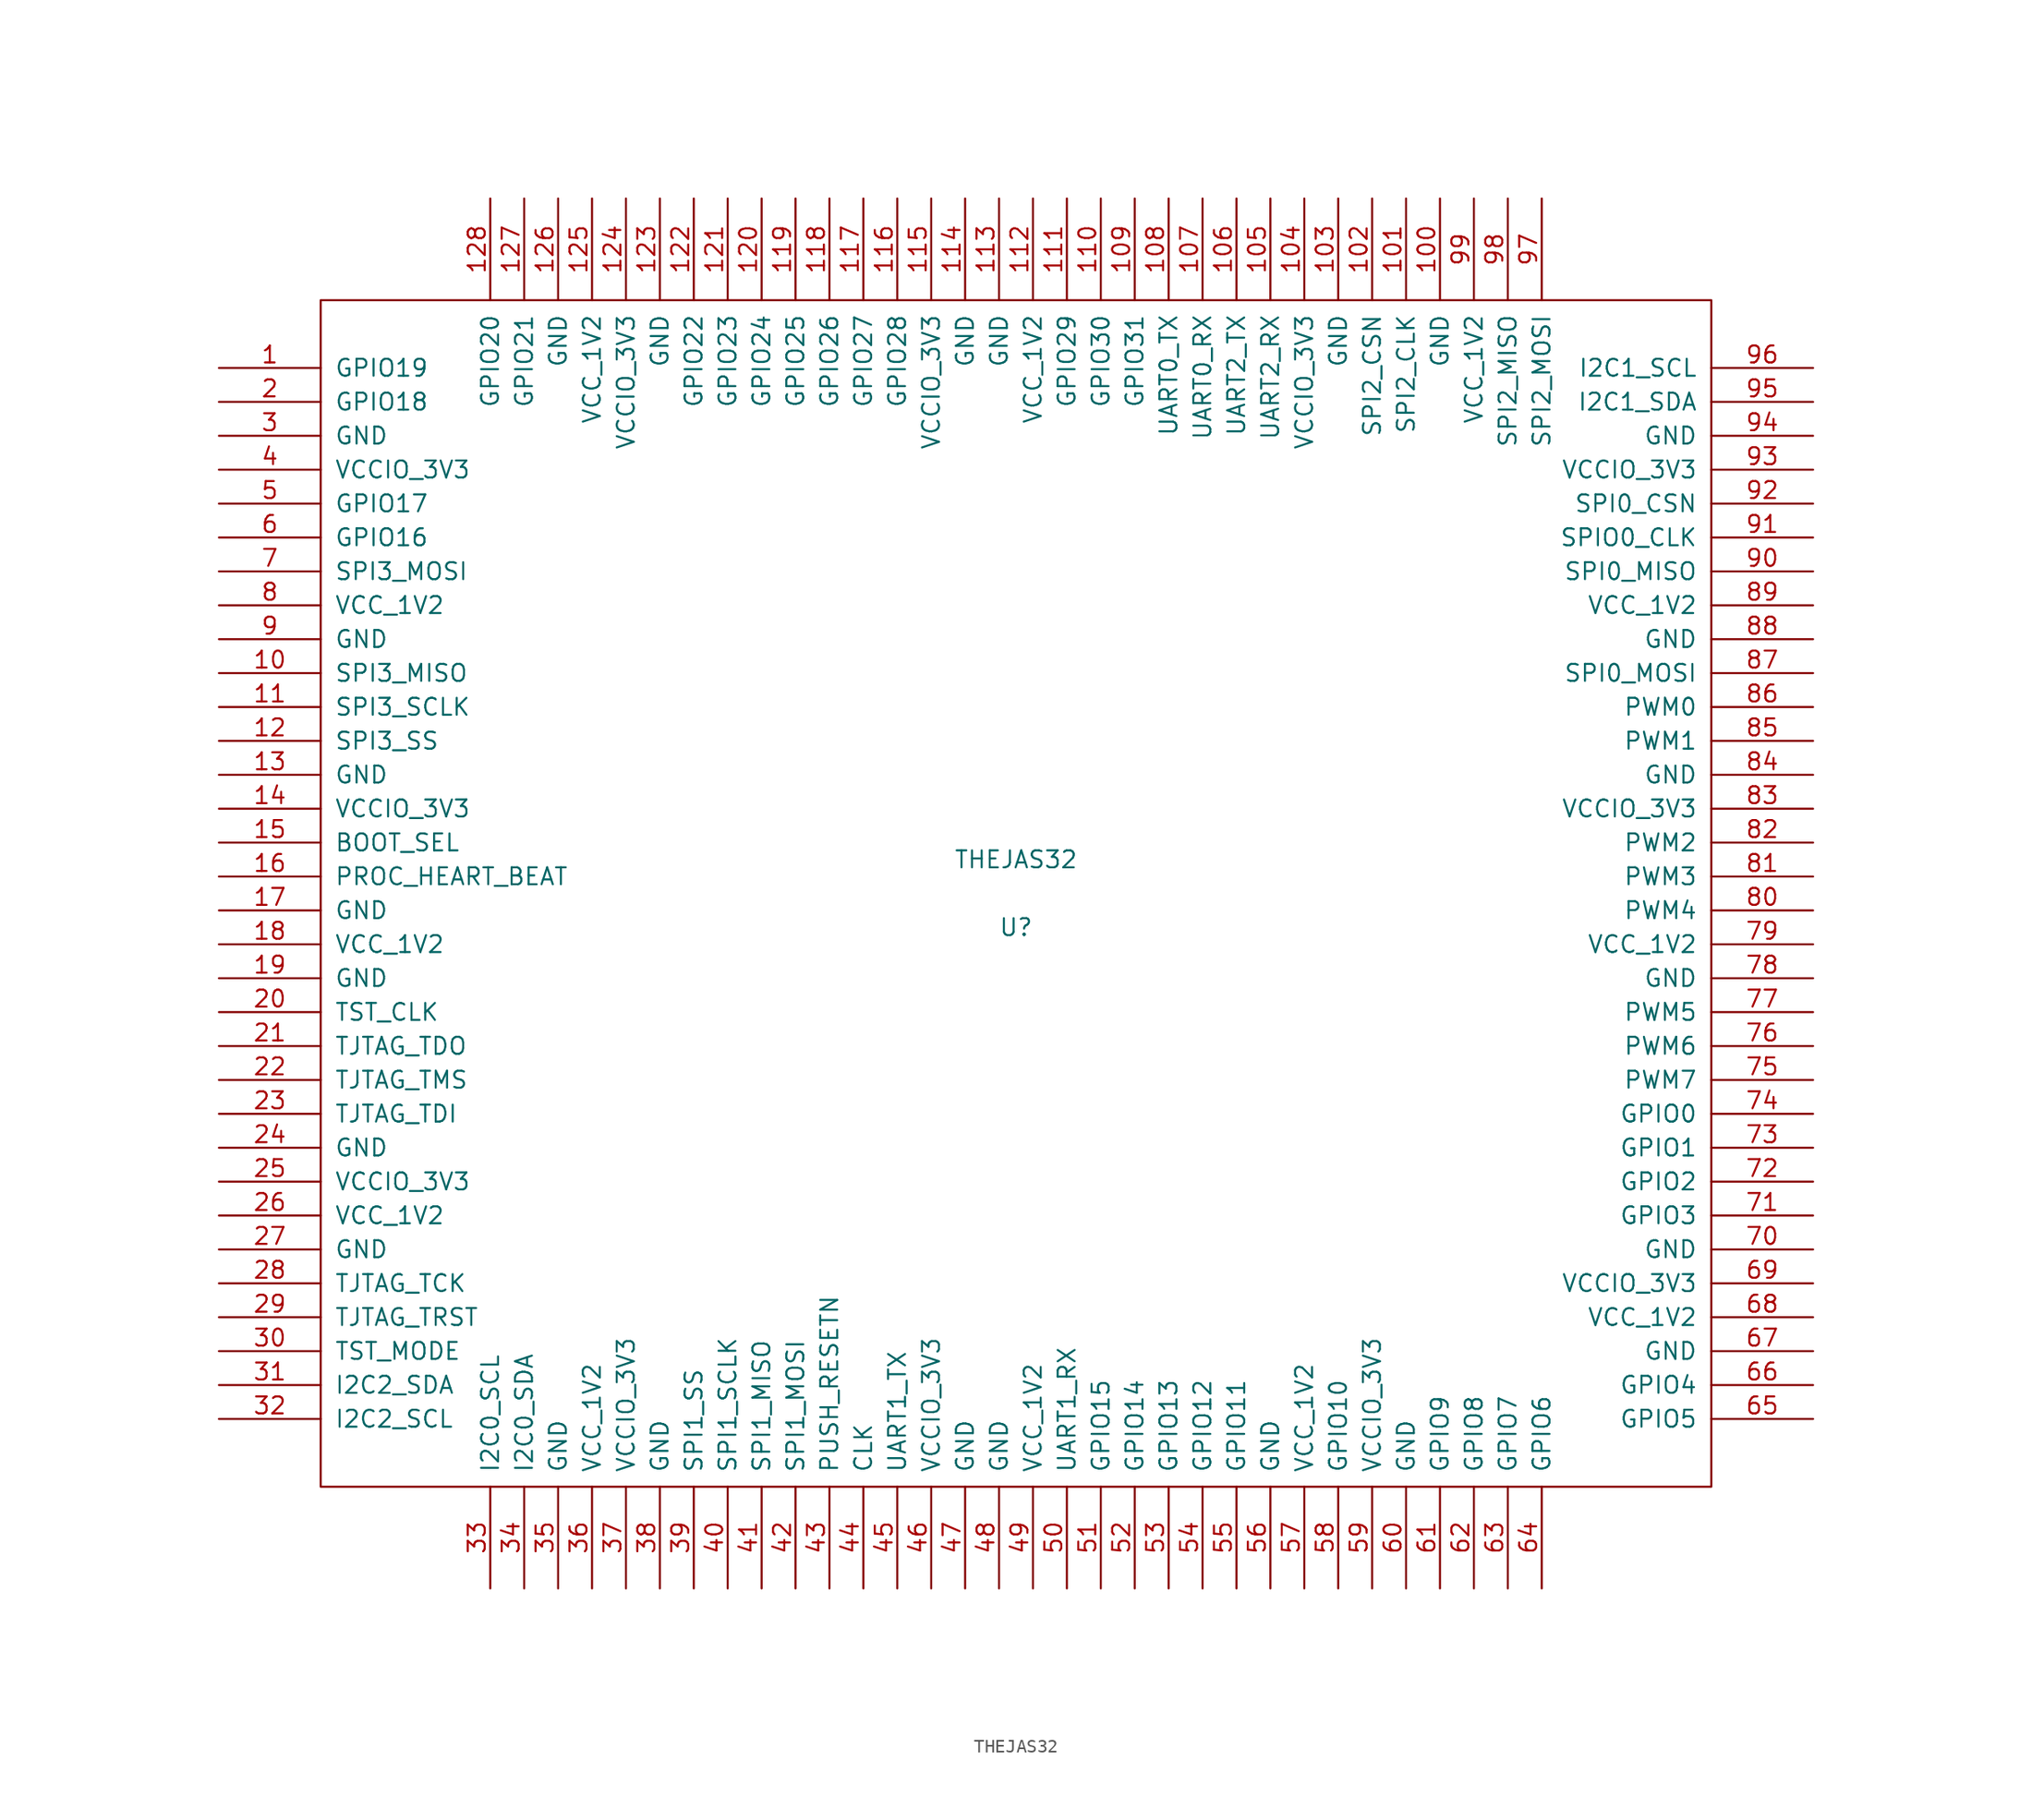
<source format=kicad_sym>
(kicad_symbol_lib
  (version 20231120)
  (generator "kicad_symbol_editor")
  (generator_version "8.0")
  (symbol "THEJAS32"
    (pin_names
      (offset 1.016))
    (property "Reference" "U"
      (at 0 -2.54 0)
      (effects (font (size 1.27 1.27))))
    (property "Value" "THEJAS32"
      (at 0 2.54 0)
      (effects (font (size 1.27 1.27))))
    (symbol "THEJAS32_1_0"
      (rectangle (start -52.07 -44.45) (end 52.07 44.45) (stroke (width 0) (type solid)) (fill (type none))))
    (symbol "THEJAS32_1_1"
      (pin input line (at -59.69 39.37 0) (length 7.62) (name "GPIO19" (effects (font (size 1.27 1.27)))) (number "1" (effects (font (size 1.27 1.27)))))
      (pin input line (at -59.69 16.51 0) (length 7.62) (name "SPI3_MISO" (effects (font (size 1.27 1.27)))) (number "10" (effects (font (size 1.27 1.27)))))
      (pin input line (at 31.75 52.07 270) (length 7.62) (name "GND" (effects (font (size 1.27 1.27)))) (number "100" (effects (font (size 1.27 1.27)))))
      (pin input line (at 29.21 52.07 270) (length 7.62) (name "SPI2_CLK" (effects (font (size 1.27 1.27)))) (number "101" (effects (font (size 1.27 1.27)))))
      (pin input line (at 26.67 52.07 270) (length 7.62) (name "SPI2_CSN" (effects (font (size 1.27 1.27)))) (number "102" (effects (font (size 1.27 1.27)))))
      (pin input line (at 24.13 52.07 270) (length 7.62) (name "GND" (effects (font (size 1.27 1.27)))) (number "103" (effects (font (size 1.27 1.27)))))
      (pin input line (at 21.59 52.07 270) (length 7.62) (name "VCCIO_3V3" (effects (font (size 1.27 1.27)))) (number "104" (effects (font (size 1.27 1.27)))))
      (pin input line (at 19.05 52.07 270) (length 7.62) (name "UART2_RX" (effects (font (size 1.27 1.27)))) (number "105" (effects (font (size 1.27 1.27)))))
      (pin input line (at 16.51 52.07 270) (length 7.62) (name "UART2_TX" (effects (font (size 1.27 1.27)))) (number "106" (effects (font (size 1.27 1.27)))))
      (pin input line (at 13.97 52.07 270) (length 7.62) (name "UART0_RX" (effects (font (size 1.27 1.27)))) (number "107" (effects (font (size 1.27 1.27)))))
      (pin input line (at 11.43 52.07 270) (length 7.62) (name "UART0_TX" (effects (font (size 1.27 1.27)))) (number "108" (effects (font (size 1.27 1.27)))))
      (pin input line (at 8.89 52.07 270) (length 7.62) (name "GPIO31" (effects (font (size 1.27 1.27)))) (number "109" (effects (font (size 1.27 1.27)))))
      (pin input line (at -59.69 13.97 0) (length 7.62) (name "SPI3_SCLK" (effects (font (size 1.27 1.27)))) (number "11" (effects (font (size 1.27 1.27)))))
      (pin input line (at 6.35 52.07 270) (length 7.62) (name "GPIO30" (effects (font (size 1.27 1.27)))) (number "110" (effects (font (size 1.27 1.27)))))
      (pin input line (at 3.81 52.07 270) (length 7.62) (name "GPIO29" (effects (font (size 1.27 1.27)))) (number "111" (effects (font (size 1.27 1.27)))))
      (pin input line (at 1.27 52.07 270) (length 7.62) (name "VCC_1V2" (effects (font (size 1.27 1.27)))) (number "112" (effects (font (size 1.27 1.27)))))
      (pin input line (at -1.27 52.07 270) (length 7.62) (name "GND" (effects (font (size 1.27 1.27)))) (number "113" (effects (font (size 1.27 1.27)))))
      (pin input line (at -3.81 52.07 270) (length 7.62) (name "GND" (effects (font (size 1.27 1.27)))) (number "114" (effects (font (size 1.27 1.27)))))
      (pin input line (at -6.35 52.07 270) (length 7.62) (name "VCCIO_3V3" (effects (font (size 1.27 1.27)))) (number "115" (effects (font (size 1.27 1.27)))))
      (pin input line (at -8.89 52.07 270) (length 7.62) (name "GPIO28" (effects (font (size 1.27 1.27)))) (number "116" (effects (font (size 1.27 1.27)))))
      (pin input line (at -11.43 52.07 270) (length 7.62) (name "GPIO27" (effects (font (size 1.27 1.27)))) (number "117" (effects (font (size 1.27 1.27)))))
      (pin input line (at -13.97 52.07 270) (length 7.62) (name "GPIO26" (effects (font (size 1.27 1.27)))) (number "118" (effects (font (size 1.27 1.27)))))
      (pin input line (at -16.51 52.07 270) (length 7.62) (name "GPIO25" (effects (font (size 1.27 1.27)))) (number "119" (effects (font (size 1.27 1.27)))))
      (pin input line (at -59.69 11.43 0) (length 7.62) (name "SPI3_SS" (effects (font (size 1.27 1.27)))) (number "12" (effects (font (size 1.27 1.27)))))
      (pin input line (at -19.05 52.07 270) (length 7.62) (name "GPIO24" (effects (font (size 1.27 1.27)))) (number "120" (effects (font (size 1.27 1.27)))))
      (pin input line (at -21.59 52.07 270) (length 7.62) (name "GPIO23" (effects (font (size 1.27 1.27)))) (number "121" (effects (font (size 1.27 1.27)))))
      (pin input line (at -24.13 52.07 270) (length 7.62) (name "GPIO22" (effects (font (size 1.27 1.27)))) (number "122" (effects (font (size 1.27 1.27)))))
      (pin input line (at -26.67 52.07 270) (length 7.62) (name "GND" (effects (font (size 1.27 1.27)))) (number "123" (effects (font (size 1.27 1.27)))))
      (pin input line (at -29.21 52.07 270) (length 7.62) (name "VCCIO_3V3" (effects (font (size 1.27 1.27)))) (number "124" (effects (font (size 1.27 1.27)))))
      (pin input line (at -31.75 52.07 270) (length 7.62) (name "VCC_1V2" (effects (font (size 1.27 1.27)))) (number "125" (effects (font (size 1.27 1.27)))))
      (pin input line (at -34.29 52.07 270) (length 7.62) (name "GND" (effects (font (size 1.27 1.27)))) (number "126" (effects (font (size 1.27 1.27)))))
      (pin input line (at -36.83 52.07 270) (length 7.62) (name "GPIO21" (effects (font (size 1.27 1.27)))) (number "127" (effects (font (size 1.27 1.27)))))
      (pin input line (at -39.37 52.07 270) (length 7.62) (name "GPIO20" (effects (font (size 1.27 1.27)))) (number "128" (effects (font (size 1.27 1.27)))))
      (pin input line (at -59.69 8.89 0) (length 7.62) (name "GND" (effects (font (size 1.27 1.27)))) (number "13" (effects (font (size 1.27 1.27)))))
      (pin input line (at -59.69 6.35 0) (length 7.62) (name "VCCIO_3V3" (effects (font (size 1.27 1.27)))) (number "14" (effects (font (size 1.27 1.27)))))
      (pin input line (at -59.69 3.81 0) (length 7.62) (name "BOOT_SEL" (effects (font (size 1.27 1.27)))) (number "15" (effects (font (size 1.27 1.27)))))
      (pin input line (at -59.69 1.27 0) (length 7.62) (name "PROC_HEART_BEAT" (effects (font (size 1.27 1.27)))) (number "16" (effects (font (size 1.27 1.27)))))
      (pin input line (at -59.69 -1.27 0) (length 7.62) (name "GND" (effects (font (size 1.27 1.27)))) (number "17" (effects (font (size 1.27 1.27)))))
      (pin input line (at -59.69 -3.81 0) (length 7.62) (name "VCC_1V2" (effects (font (size 1.27 1.27)))) (number "18" (effects (font (size 1.27 1.27)))))
      (pin input line (at -59.69 -6.35 0) (length 7.62) (name "GND" (effects (font (size 1.27 1.27)))) (number "19" (effects (font (size 1.27 1.27)))))
      (pin input line (at -59.69 36.83 0) (length 7.62) (name "GPIO18" (effects (font (size 1.27 1.27)))) (number "2" (effects (font (size 1.27 1.27)))))
      (pin input line (at -59.69 -8.89 0) (length 7.62) (name "TST_CLK" (effects (font (size 1.27 1.27)))) (number "20" (effects (font (size 1.27 1.27)))))
      (pin input line (at -59.69 -11.43 0) (length 7.62) (name "TJTAG_TDO" (effects (font (size 1.27 1.27)))) (number "21" (effects (font (size 1.27 1.27)))))
      (pin input line (at -59.69 -13.97 0) (length 7.62) (name "TJTAG_TMS" (effects (font (size 1.27 1.27)))) (number "22" (effects (font (size 1.27 1.27)))))
      (pin input line (at -59.69 -16.51 0) (length 7.62) (name "TJTAG_TDI" (effects (font (size 1.27 1.27)))) (number "23" (effects (font (size 1.27 1.27)))))
      (pin input line (at -59.69 -19.05 0) (length 7.62) (name "GND" (effects (font (size 1.27 1.27)))) (number "24" (effects (font (size 1.27 1.27)))))
      (pin input line (at -59.69 -21.59 0) (length 7.62) (name "VCCIO_3V3" (effects (font (size 1.27 1.27)))) (number "25" (effects (font (size 1.27 1.27)))))
      (pin input line (at -59.69 -24.13 0) (length 7.62) (name "VCC_1V2" (effects (font (size 1.27 1.27)))) (number "26" (effects (font (size 1.27 1.27)))))
      (pin input line (at -59.69 -26.67 0) (length 7.62) (name "GND" (effects (font (size 1.27 1.27)))) (number "27" (effects (font (size 1.27 1.27)))))
      (pin input line (at -59.69 -29.21 0) (length 7.62) (name "TJTAG_TCK" (effects (font (size 1.27 1.27)))) (number "28" (effects (font (size 1.27 1.27)))))
      (pin input line (at -59.69 -31.75 0) (length 7.62) (name "TJTAG_TRST" (effects (font (size 1.27 1.27)))) (number "29" (effects (font (size 1.27 1.27)))))
      (pin input line (at -59.69 34.29 0) (length 7.62) (name "GND" (effects (font (size 1.27 1.27)))) (number "3" (effects (font (size 1.27 1.27)))))
      (pin input line (at -59.69 -34.29 0) (length 7.62) (name "TST_MODE" (effects (font (size 1.27 1.27)))) (number "30" (effects (font (size 1.27 1.27)))))
      (pin input line (at -59.69 -36.83 0) (length 7.62) (name "I2C2_SDA" (effects (font (size 1.27 1.27)))) (number "31" (effects (font (size 1.27 1.27)))))
      (pin input line (at -59.69 -39.37 0) (length 7.62) (name "I2C2_SCL" (effects (font (size 1.27 1.27)))) (number "32" (effects (font (size 1.27 1.27)))))
      (pin input line (at -39.37 -52.07 90) (length 7.62) (name "I2C0_SCL" (effects (font (size 1.27 1.27)))) (number "33" (effects (font (size 1.27 1.27)))))
      (pin input line (at -36.83 -52.07 90) (length 7.62) (name "I2C0_SDA" (effects (font (size 1.27 1.27)))) (number "34" (effects (font (size 1.27 1.27)))))
      (pin input line (at -34.29 -52.07 90) (length 7.62) (name "GND" (effects (font (size 1.27 1.27)))) (number "35" (effects (font (size 1.27 1.27)))))
      (pin input line (at -31.75 -52.07 90) (length 7.62) (name "VCC_1V2" (effects (font (size 1.27 1.27)))) (number "36" (effects (font (size 1.27 1.27)))))
      (pin input line (at -29.21 -52.07 90) (length 7.62) (name "VCCIO_3V3" (effects (font (size 1.27 1.27)))) (number "37" (effects (font (size 1.27 1.27)))))
      (pin input line (at -26.67 -52.07 90) (length 7.62) (name "GND" (effects (font (size 1.27 1.27)))) (number "38" (effects (font (size 1.27 1.27)))))
      (pin input line (at -24.13 -52.07 90) (length 7.62) (name "SPI1_SS" (effects (font (size 1.27 1.27)))) (number "39" (effects (font (size 1.27 1.27)))))
      (pin power_in line (at -59.69 31.75 0) (length 7.62) (name "VCCIO_3V3" (effects (font (size 1.27 1.27)))) (number "4" (effects (font (size 1.27 1.27)))))
      (pin input line (at -21.59 -52.07 90) (length 7.62) (name "SPI1_SCLK" (effects (font (size 1.27 1.27)))) (number "40" (effects (font (size 1.27 1.27)))))
      (pin input line (at -19.05 -52.07 90) (length 7.62) (name "SPI1_MISO" (effects (font (size 1.27 1.27)))) (number "41" (effects (font (size 1.27 1.27)))))
      (pin input line (at -16.51 -52.07 90) (length 7.62) (name "SPI1_MOSI" (effects (font (size 1.27 1.27)))) (number "42" (effects (font (size 1.27 1.27)))))
      (pin input line (at -13.97 -52.07 90) (length 7.62) (name "PUSH_RESETN" (effects (font (size 1.27 1.27)))) (number "43" (effects (font (size 1.27 1.27)))))
      (pin input line (at -11.43 -52.07 90) (length 7.62) (name "CLK" (effects (font (size 1.27 1.27)))) (number "44" (effects (font (size 1.27 1.27)))))
      (pin input line (at -8.89 -52.07 90) (length 7.62) (name "UART1_TX" (effects (font (size 1.27 1.27)))) (number "45" (effects (font (size 1.27 1.27)))))
      (pin input line (at -6.35 -52.07 90) (length 7.62) (name "VCCIO_3V3" (effects (font (size 1.27 1.27)))) (number "46" (effects (font (size 1.27 1.27)))))
      (pin input line (at -3.81 -52.07 90) (length 7.62) (name "GND" (effects (font (size 1.27 1.27)))) (number "47" (effects (font (size 1.27 1.27)))))
      (pin input line (at -1.27 -52.07 90) (length 7.62) (name "GND" (effects (font (size 1.27 1.27)))) (number "48" (effects (font (size 1.27 1.27)))))
      (pin input line (at 1.27 -52.07 90) (length 7.62) (name "VCC_1V2" (effects (font (size 1.27 1.27)))) (number "49" (effects (font (size 1.27 1.27)))))
      (pin input line (at -59.69 29.21 0) (length 7.62) (name "GPIO17" (effects (font (size 1.27 1.27)))) (number "5" (effects (font (size 1.27 1.27)))))
      (pin input line (at 3.81 -52.07 90) (length 7.62) (name "UART1_RX" (effects (font (size 1.27 1.27)))) (number "50" (effects (font (size 1.27 1.27)))))
      (pin input line (at 6.35 -52.07 90) (length 7.62) (name "GPIO15" (effects (font (size 1.27 1.27)))) (number "51" (effects (font (size 1.27 1.27)))))
      (pin input line (at 8.89 -52.07 90) (length 7.62) (name "GPIO14" (effects (font (size 1.27 1.27)))) (number "52" (effects (font (size 1.27 1.27)))))
      (pin input line (at 11.43 -52.07 90) (length 7.62) (name "GPIO13" (effects (font (size 1.27 1.27)))) (number "53" (effects (font (size 1.27 1.27)))))
      (pin input line (at 13.97 -52.07 90) (length 7.62) (name "GPIO12" (effects (font (size 1.27 1.27)))) (number "54" (effects (font (size 1.27 1.27)))))
      (pin input line (at 16.51 -52.07 90) (length 7.62) (name "GPIO11" (effects (font (size 1.27 1.27)))) (number "55" (effects (font (size 1.27 1.27)))))
      (pin input line (at 19.05 -52.07 90) (length 7.62) (name "GND" (effects (font (size 1.27 1.27)))) (number "56" (effects (font (size 1.27 1.27)))))
      (pin input line (at 21.59 -52.07 90) (length 7.62) (name "VCC_1V2" (effects (font (size 1.27 1.27)))) (number "57" (effects (font (size 1.27 1.27)))))
      (pin input line (at 24.13 -52.07 90) (length 7.62) (name "GPIO10" (effects (font (size 1.27 1.27)))) (number "58" (effects (font (size 1.27 1.27)))))
      (pin input line (at 26.67 -52.07 90) (length 7.62) (name "VCCIO_3V3" (effects (font (size 1.27 1.27)))) (number "59" (effects (font (size 1.27 1.27)))))
      (pin input line (at -59.69 26.67 0) (length 7.62) (name "GPIO16" (effects (font (size 1.27 1.27)))) (number "6" (effects (font (size 1.27 1.27)))))
      (pin input line (at 29.21 -52.07 90) (length 7.62) (name "GND" (effects (font (size 1.27 1.27)))) (number "60" (effects (font (size 1.27 1.27)))))
      (pin input line (at 31.75 -52.07 90) (length 7.62) (name "GPIO9" (effects (font (size 1.27 1.27)))) (number "61" (effects (font (size 1.27 1.27)))))
      (pin input line (at 34.29 -52.07 90) (length 7.62) (name "GPIO8" (effects (font (size 1.27 1.27)))) (number "62" (effects (font (size 1.27 1.27)))))
      (pin input line (at 36.83 -52.07 90) (length 7.62) (name "GPIO7" (effects (font (size 1.27 1.27)))) (number "63" (effects (font (size 1.27 1.27)))))
      (pin input line (at 39.37 -52.07 90) (length 7.62) (name "GPIO6" (effects (font (size 1.27 1.27)))) (number "64" (effects (font (size 1.27 1.27)))))
      (pin input line (at 59.69 -39.37 180) (length 7.62) (name "GPIO5" (effects (font (size 1.27 1.27)))) (number "65" (effects (font (size 1.27 1.27)))))
      (pin input line (at 59.69 -36.83 180) (length 7.62) (name "GPIO4" (effects (font (size 1.27 1.27)))) (number "66" (effects (font (size 1.27 1.27)))))
      (pin input line (at 59.69 -34.29 180) (length 7.62) (name "GND" (effects (font (size 1.27 1.27)))) (number "67" (effects (font (size 1.27 1.27)))))
      (pin input line (at 59.69 -31.75 180) (length 7.62) (name "VCC_1V2" (effects (font (size 1.27 1.27)))) (number "68" (effects (font (size 1.27 1.27)))))
      (pin input line (at 59.69 -29.21 180) (length 7.62) (name "VCCIO_3V3" (effects (font (size 1.27 1.27)))) (number "69" (effects (font (size 1.27 1.27)))))
      (pin input line (at -59.69 24.13 0) (length 7.62) (name "SPI3_MOSI" (effects (font (size 1.27 1.27)))) (number "7" (effects (font (size 1.27 1.27)))))
      (pin input line (at 59.69 -26.67 180) (length 7.62) (name "GND" (effects (font (size 1.27 1.27)))) (number "70" (effects (font (size 1.27 1.27)))))
      (pin input line (at 59.69 -24.13 180) (length 7.62) (name "GPIO3" (effects (font (size 1.27 1.27)))) (number "71" (effects (font (size 1.27 1.27)))))
      (pin input line (at 59.69 -21.59 180) (length 7.62) (name "GPIO2" (effects (font (size 1.27 1.27)))) (number "72" (effects (font (size 1.27 1.27)))))
      (pin input line (at 59.69 -19.05 180) (length 7.62) (name "GPIO1" (effects (font (size 1.27 1.27)))) (number "73" (effects (font (size 1.27 1.27)))))
      (pin input line (at 59.69 -16.51 180) (length 7.62) (name "GPIO0" (effects (font (size 1.27 1.27)))) (number "74" (effects (font (size 1.27 1.27)))))
      (pin input line (at 59.69 -13.97 180) (length 7.62) (name "PWM7" (effects (font (size 1.27 1.27)))) (number "75" (effects (font (size 1.27 1.27)))))
      (pin input line (at 59.69 -11.43 180) (length 7.62) (name "PWM6" (effects (font (size 1.27 1.27)))) (number "76" (effects (font (size 1.27 1.27)))))
      (pin input line (at 59.69 -8.89 180) (length 7.62) (name "PWM5" (effects (font (size 1.27 1.27)))) (number "77" (effects (font (size 1.27 1.27)))))
      (pin input line (at 59.69 -6.35 180) (length 7.62) (name "GND" (effects (font (size 1.27 1.27)))) (number "78" (effects (font (size 1.27 1.27)))))
      (pin input line (at 59.69 -3.81 180) (length 7.62) (name "VCC_1V2" (effects (font (size 1.27 1.27)))) (number "79" (effects (font (size 1.27 1.27)))))
      (pin input line (at -59.69 21.59 0) (length 7.62) (name "VCC_1V2" (effects (font (size 1.27 1.27)))) (number "8" (effects (font (size 1.27 1.27)))))
      (pin input line (at 59.69 -1.27 180) (length 7.62) (name "PWM4" (effects (font (size 1.27 1.27)))) (number "80" (effects (font (size 1.27 1.27)))))
      (pin input line (at 59.69 1.27 180) (length 7.62) (name "PWM3" (effects (font (size 1.27 1.27)))) (number "81" (effects (font (size 1.27 1.27)))))
      (pin input line (at 59.69 3.81 180) (length 7.62) (name "PWM2" (effects (font (size 1.27 1.27)))) (number "82" (effects (font (size 1.27 1.27)))))
      (pin input line (at 59.69 6.35 180) (length 7.62) (name "VCCIO_3V3" (effects (font (size 1.27 1.27)))) (number "83" (effects (font (size 1.27 1.27)))))
      (pin input line (at 59.69 8.89 180) (length 7.62) (name "GND" (effects (font (size 1.27 1.27)))) (number "84" (effects (font (size 1.27 1.27)))))
      (pin input line (at 59.69 11.43 180) (length 7.62) (name "PWM1" (effects (font (size 1.27 1.27)))) (number "85" (effects (font (size 1.27 1.27)))))
      (pin input line (at 59.69 13.97 180) (length 7.62) (name "PWM0" (effects (font (size 1.27 1.27)))) (number "86" (effects (font (size 1.27 1.27)))))
      (pin input line (at 59.69 16.51 180) (length 7.62) (name "SPI0_MOSI" (effects (font (size 1.27 1.27)))) (number "87" (effects (font (size 1.27 1.27)))))
      (pin input line (at 59.69 19.05 180) (length 7.62) (name "GND" (effects (font (size 1.27 1.27)))) (number "88" (effects (font (size 1.27 1.27)))))
      (pin input line (at 59.69 21.59 180) (length 7.62) (name "VCC_1V2" (effects (font (size 1.27 1.27)))) (number "89" (effects (font (size 1.27 1.27)))))
      (pin input line (at -59.69 19.05 0) (length 7.62) (name "GND" (effects (font (size 1.27 1.27)))) (number "9" (effects (font (size 1.27 1.27)))))
      (pin input line (at 59.69 24.13 180) (length 7.62) (name "SPI0_MISO" (effects (font (size 1.27 1.27)))) (number "90" (effects (font (size 1.27 1.27)))))
      (pin input line (at 59.69 26.67 180) (length 7.62) (name "SPIO0_CLK" (effects (font (size 1.27 1.27)))) (number "91" (effects (font (size 1.27 1.27)))))
      (pin input line (at 59.69 29.21 180) (length 7.62) (name "SPI0_CSN" (effects (font (size 1.27 1.27)))) (number "92" (effects (font (size 1.27 1.27)))))
      (pin input line (at 59.69 31.75 180) (length 7.62) (name "VCCIO_3V3" (effects (font (size 1.27 1.27)))) (number "93" (effects (font (size 1.27 1.27)))))
      (pin input line (at 59.69 34.29 180) (length 7.62) (name "GND" (effects (font (size 1.27 1.27)))) (number "94" (effects (font (size 1.27 1.27)))))
      (pin input line (at 59.69 36.83 180) (length 7.62) (name "I2C1_SDA" (effects (font (size 1.27 1.27)))) (number "95" (effects (font (size 1.27 1.27)))))
      (pin input line (at 59.69 39.37 180) (length 7.62) (name "I2C1_SCL" (effects (font (size 1.27 1.27)))) (number "96" (effects (font (size 1.27 1.27)))))
      (pin input line (at 39.37 52.07 270) (length 7.62) (name "SPI2_MOSI" (effects (font (size 1.27 1.27)))) (number "97" (effects (font (size 1.27 1.27)))))
      (pin input line (at 36.83 52.07 270) (length 7.62) (name "SPI2_MISO" (effects (font (size 1.27 1.27)))) (number "98" (effects (font (size 1.27 1.27)))))
      (pin input line (at 34.29 52.07 270) (length 7.62) (name "VCC_1V2" (effects (font (size 1.27 1.27)))) (number "99" (effects (font (size 1.27 1.27))))))))
</source>
